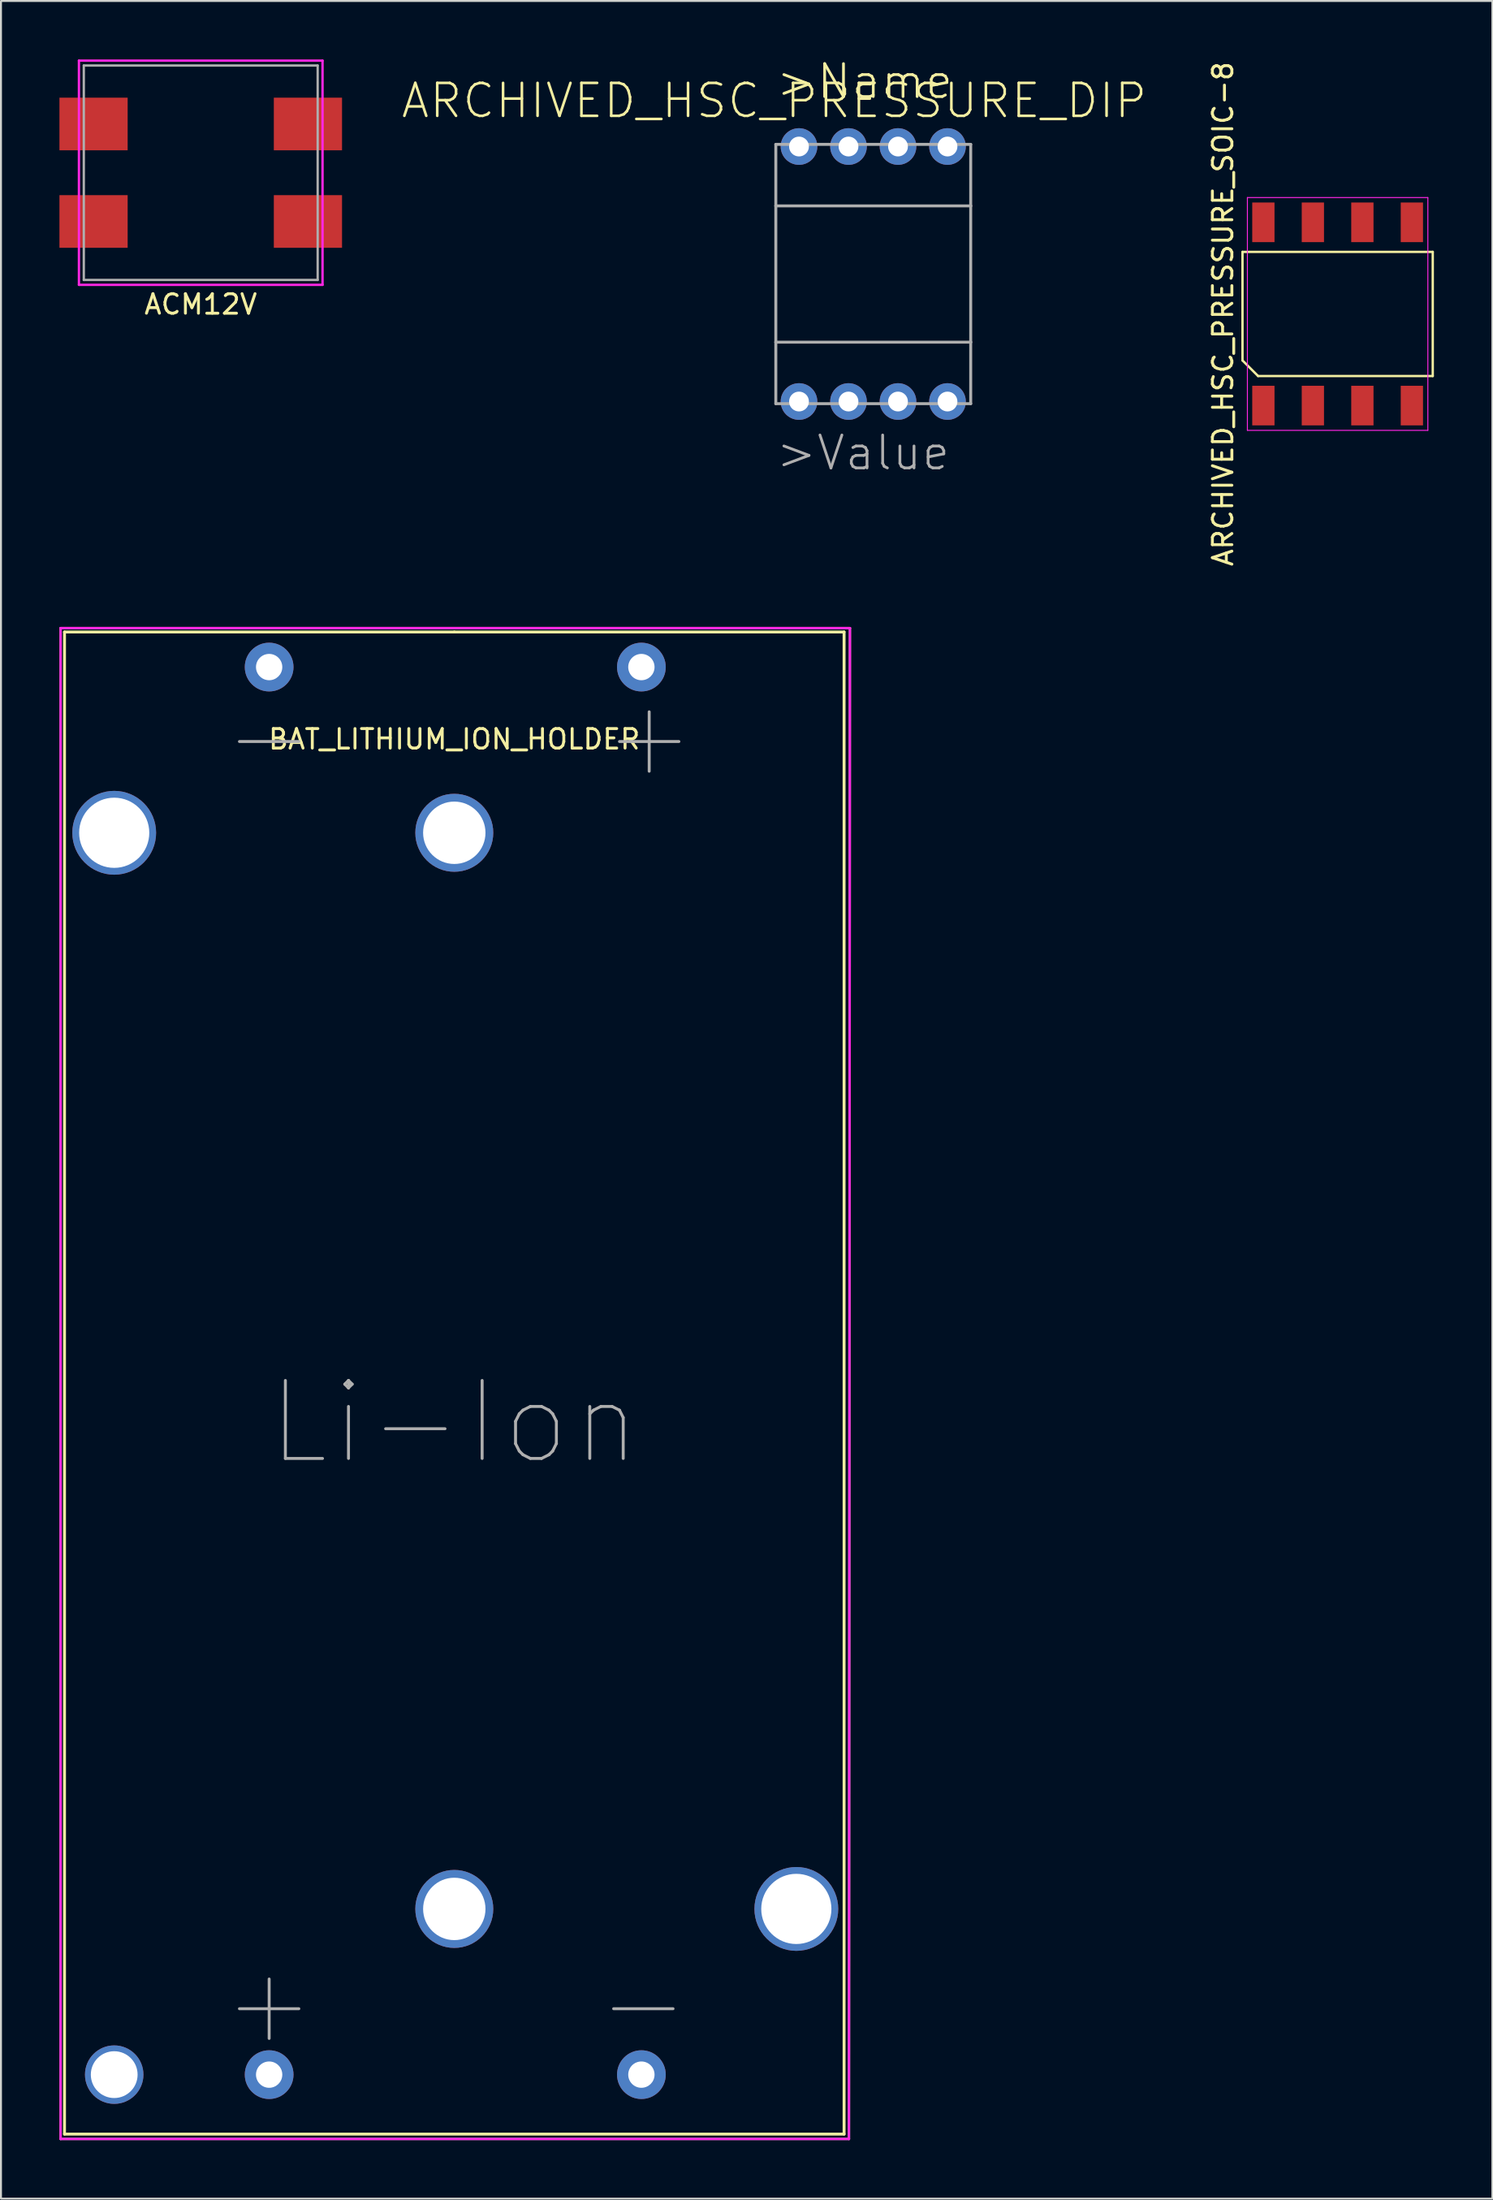
<source format=kicad_pcb>
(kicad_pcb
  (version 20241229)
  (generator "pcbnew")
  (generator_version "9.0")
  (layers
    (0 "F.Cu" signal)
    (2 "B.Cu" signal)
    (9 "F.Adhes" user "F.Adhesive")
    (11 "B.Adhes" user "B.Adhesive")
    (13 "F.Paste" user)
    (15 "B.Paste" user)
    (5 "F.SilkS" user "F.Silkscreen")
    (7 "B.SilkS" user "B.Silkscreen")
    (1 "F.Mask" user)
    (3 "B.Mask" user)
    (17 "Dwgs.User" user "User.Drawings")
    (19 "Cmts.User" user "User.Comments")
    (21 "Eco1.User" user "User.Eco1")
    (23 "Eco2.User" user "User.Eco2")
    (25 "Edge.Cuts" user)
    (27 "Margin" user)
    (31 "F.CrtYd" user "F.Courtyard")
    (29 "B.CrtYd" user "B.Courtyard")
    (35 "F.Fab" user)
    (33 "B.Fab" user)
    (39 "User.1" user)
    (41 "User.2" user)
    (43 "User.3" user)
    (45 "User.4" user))
  (footprint "ARCHIVED_HSC_PRESSURE_DIP"
    (layer "F.Cu")
    (at 41.757 11.006)
    (property "Reference" "ARCHIVED_HSC_PRESSURE_DIP" (at -5.08 -8.89 0) (layer "F.SilkS") (effects (font (size 1.689 1.689) (thickness 0.135))))
    (attr through_hole)
    (fp_line (start -5 -6.65) (end 5 -6.65) (stroke (width 0.152) (type solid)) (layer "F.Fab"))
    (fp_line (start -5 -3.495) (end -5 -6.65) (stroke (width 0.152) (type solid)) (layer "F.Fab"))
    (fp_line (start -5 -3.495) (end 5 -3.495) (stroke (width 0.152) (type solid)) (layer "F.Fab"))
    (fp_line (start -5 3.495) (end -5 -3.495) (stroke (width 0.152) (type solid)) (layer "F.Fab"))
    (fp_line (start -5 6.65) (end -5 3.495) (stroke (width 0.152) (type solid)) (layer "F.Fab"))
    (fp_line (start 5 -6.65) (end 5 -3.495) (stroke (width 0.152) (type solid)) (layer "F.Fab"))
    (fp_line (start 5 -3.495) (end 5 3.495) (stroke (width 0.152) (type solid)) (layer "F.Fab"))
    (fp_line (start 5 3.495) (end -5 3.495) (stroke (width 0.152) (type solid)) (layer "F.Fab"))
    (fp_line (start 5 3.495) (end 5 6.65) (stroke (width 0.152) (type solid)) (layer "F.Fab"))
    (fp_line (start 5 6.65) (end -5 6.65) (stroke (width 0.152) (type solid)) (layer "F.Fab"))
    (fp_text user ">Name" (at -5.08 -8.89 0) (layer "F.SilkS") (effects (font (size 1.689 1.689) (thickness 0.142)) (justify left bottom)))
    (fp_text user "" (at -4.3 -1.4 0) (layer "F.SilkS") (effects (font (size 0.965 0.965) (thickness 0.081)) (justify left bottom)))
    (fp_text user "" (at -4.3 2.1 0) (layer "F.SilkS") (effects (font (size 0.965 0.965) (thickness 0.081)) (justify left bottom)))
    (fp_text user "" (at -4.318 1.27 180) (layer "B.SilkS") (effects (font (size 0.965 0.965) (thickness 0.081)) (justify left bottom mirror)))
    (fp_text user "" (at -4.318 -2.54 180) (layer "B.SilkS") (effects (font (size 0.965 0.965) (thickness 0.081)) (justify left bottom mirror)))
    (fp_text user ">Value" (at -5.08 10.16 0) (layer "F.Fab") (effects (font (size 1.689 1.689) (thickness 0.142)) (justify left bottom)))
    (pad "1" thru_hole circle (at -3.81 6.54) (size 1.88 1.88) (drill 1.016) (layers "*.Cu" "*.Mask"))
    (pad "2" thru_hole circle (at -1.27 6.54) (size 1.88 1.88) (drill 1.016) (layers "*.Cu" "*.Mask"))
    (pad "3" thru_hole circle (at 1.27 6.54) (size 1.88 1.88) (drill 1.016) (layers "*.Cu" "*.Mask"))
    (pad "4" thru_hole circle (at 3.81 6.54) (size 1.88 1.88) (drill 1.016) (layers "*.Cu" "*.Mask"))
    (pad "5" thru_hole circle (at 3.81 -6.54) (size 1.88 1.88) (drill 1.016) (layers "*.Cu" "*.Mask"))
    (pad "6" thru_hole circle (at 1.27 -6.54) (size 1.88 1.88) (drill 1.016) (layers "*.Cu" "*.Mask"))
    (pad "7" thru_hole circle (at -1.27 -6.54) (size 1.88 1.88) (drill 1.016) (layers "*.Cu" "*.Mask"))
    (pad "8" thru_hole circle (at -3.81 -6.54) (size 1.88 1.88) (drill 1.016) (layers "*.Cu" "*.Mask")))
  (footprint "ACM12V"
    (layer "F.Cu")
    (at 7.25 5.81)
    (property "Reference" "ACM12V" (at 0 6.75 0) (layer "F.SilkS") (effects (font (size 1 1) (thickness 0.15))))
    (attr through_hole)
    (fp_line (start -6.25 -5.75) (end 6.25 -5.75) (stroke (width 0.12) (type solid)) (layer "F.CrtYd"))
    (fp_line (start -6.25 5.75) (end -6.25 -5.75) (stroke (width 0.12) (type solid)) (layer "F.CrtYd"))
    (fp_line (start 6.25 -5.75) (end 6.25 5.75) (stroke (width 0.12) (type solid)) (layer "F.CrtYd"))
    (fp_line (start 6.25 5.75) (end -6.25 5.75) (stroke (width 0.12) (type solid)) (layer "F.CrtYd"))
    (fp_line (start -6 -5.5) (end 6 -5.5) (stroke (width 0.12) (type solid)) (layer "F.Fab"))
    (fp_line (start -6 5.5) (end -6 -5.5) (stroke (width 0.12) (type solid)) (layer "F.Fab"))
    (fp_line (start 6 -5.5) (end 6 5.5) (stroke (width 0.12) (type solid)) (layer "F.Fab"))
    (fp_line (start 6 5.5) (end -6 5.5) (stroke (width 0.12) (type solid)) (layer "F.Fab"))
    (pad "1" smd rect (at -5.5 -2.5) (size 3.5 2.7) (layers "F.Cu" "F.Mask" "F.Paste"))
    (pad "2" smd rect (at -5.5 2.5) (size 3.5 2.7) (layers "F.Cu" "F.Mask" "F.Paste"))
    (pad "3" smd rect (at 5.5 2.5) (size 3.5 2.7) (layers "F.Cu" "F.Mask" "F.Paste"))
    (pad "4" smd rect (at 5.5 -2.5) (size 3.5 2.7) (layers "F.Cu" "F.Mask" "F.Paste")))
  (footprint "BAT_LITHIUM_ION_HOLDER"
    (layer "F.Cu")
    (at 20.26 29.367)
    (property "Reference" "BAT_LITHIUM_ION_HOLDER" (at 0 5.5 0) (layer "F.SilkS") (effects (font (size 1 1) (thickness 0.15))))
    (attr through_hole)
    (fp_line (start -20 0) (end -20 77.05) (stroke (width 0.15) (type solid)) (layer "F.SilkS"))
    (fp_line (start -20 77.05) (end 20 77.05) (stroke (width 0.15) (type solid)) (layer "F.SilkS"))
    (fp_line (start 0 0) (end -20 0) (stroke (width 0.15) (type solid)) (layer "F.SilkS"))
    (fp_line (start 20 0) (end 0 0) (stroke (width 0.15) (type solid)) (layer "F.SilkS"))
    (fp_line (start 20 77.05) (end 20 0) (stroke (width 0.15) (type solid)) (layer "F.SilkS"))
    (fp_line (start -20.2 -0.2) (end -20.2 77.3) (stroke (width 0.12) (type solid)) (layer "F.CrtYd"))
    (fp_line (start -20.2 77.3) (end 20.25 77.3) (stroke (width 0.12) (type solid)) (layer "F.CrtYd"))
    (fp_line (start 20.25 77.3) (end 20.3 -0.2) (stroke (width 0.12) (type solid)) (layer "F.CrtYd"))
    (fp_line (start 20.3 -0.2) (end -20.2 -0.2) (stroke (width 0.12) (type solid)) (layer "F.CrtYd"))
    (fp_line (start -20.2 -0.2) (end -20.2 77.3) (stroke (width 0.12) (type solid)) (layer "F.Fab"))
    (fp_line (start -20.2 77.3) (end 20.25 77.3) (stroke (width 0.12) (type solid)) (layer "F.Fab"))
    (fp_line (start 20.25 77.3) (end 20.3 -0.2) (stroke (width 0.12) (type solid)) (layer "F.Fab"))
    (fp_line (start 20.3 -0.2) (end -20.2 -0.2) (stroke (width 0.12) (type solid)) (layer "F.Fab"))
    (fp_text user "Li-Ion" (at 0 40.55 0) (layer "F.Fab") (effects (font (size 4 4) (thickness 0.15))))
    (fp_text user "+" (at -9.5 70.3 0) (layer "F.Fab") (effects (font (size 4 4) (thickness 0.15))))
    (fp_text user "-" (at -9.5 5.3 0) (layer "F.Fab") (effects (font (size 4 4) (thickness 0.15))))
    (fp_text user "-" (at 9.7 70.3 0) (layer "F.Fab") (effects (font (size 4 4) (thickness 0.15))))
    (fp_text user "+" (at 10 5.3 0) (layer "F.Fab") (effects (font (size 4 4) (thickness 0.15))))
    (pad "" np_thru_hole circle (at -17.45 10.3) (size 4.3 4.3) (drill 3.6) (layers "*.Cu" "*.Mask"))
    (pad "" np_thru_hole circle (at -17.45 74) (size 3 3) (drill 2.4) (layers "*.Cu" "*.Mask"))
    (pad "" np_thru_hole circle (at 0 10.3) (size 4 4) (drill 3.2) (layers "*.Cu" "*.Mask"))
    (pad "" np_thru_hole circle (at 0 65.5) (size 4 4) (drill 3.2) (layers "*.Cu" "*.Mask"))
    (pad "" np_thru_hole circle (at 17.55 65.5) (size 4.3 4.3) (drill 3.6) (layers "*.Cu" "*.Mask"))
    (pad "1" thru_hole circle (at -9.5 74) (size 2.5 2.5) (drill 1.35) (layers "*.Cu" "*.Mask"))
    (pad "2" thru_hole circle (at 9.6 74) (size 2.5 2.5) (drill 1.35) (layers "*.Cu" "*.Mask"))
    (pad "3" thru_hole circle (at 9.6 1.8) (size 2.5 2.5) (drill 1.35) (layers "*.Cu" "*.Mask"))
    (pad "4" thru_hole circle (at -9.5 1.8) (size 2.5 2.5) (drill 1.35) (layers "*.Cu" "*.Mask")))
  (footprint "ARCHIVED_HSC_PRESSURE_SOIC-8"
    (layer "F.Cu")
    (at 65.584 13.054)
    (property "Reference" "ARCHIVED_HSC_PRESSURE_SOIC-8" (at -5.881 0 90) (layer "F.SilkS") (effects (font (size 1 1) (thickness 0.15))))
    (attr smd)
    (fp_line (start -4.881 -3.184) (end 4.881 -3.184) (stroke (width 0.12) (type solid)) (layer "F.SilkS"))
    (fp_line (start -4.881 2.384) (end -4.881 -3.184) (stroke (width 0.12) (type solid)) (layer "F.SilkS"))
    (fp_line (start -4.082 3.184) (end -4.881 2.384) (stroke (width 0.12) (type solid)) (layer "F.SilkS"))
    (fp_line (start 4.881 -3.184) (end 4.881 3.184) (stroke (width 0.12) (type solid)) (layer "F.SilkS"))
    (fp_line (start 4.881 3.184) (end -4.082 3.184) (stroke (width 0.12) (type solid)) (layer "F.SilkS"))
    (fp_line (start -4.63 -5.97) (end 4.63 -5.97) (stroke (width 0.05) (type solid)) (layer "F.CrtYd"))
    (fp_line (start -4.63 5.97) (end -4.63 -5.97) (stroke (width 0.05) (type solid)) (layer "F.CrtYd"))
    (fp_line (start 4.63 -5.97) (end 4.63 5.97) (stroke (width 0.05) (type solid)) (layer "F.CrtYd"))
    (fp_line (start 4.63 5.97) (end -4.63 5.97) (stroke (width 0.05) (type solid)) (layer "F.CrtYd"))
    (pad "1" smd rect (at -3.81 4.7) (size 1.143 2.032) (layers "F.Cu" "F.Mask" "F.Paste"))
    (pad "2" smd rect (at -1.27 4.7) (size 1.143 2.032) (layers "F.Cu" "F.Mask" "F.Paste"))
    (pad "3" smd rect (at 1.27 4.7) (size 1.143 2.032) (layers "F.Cu" "F.Mask" "F.Paste"))
    (pad "4" smd rect (at 3.81 4.7) (size 1.143 2.032) (layers "F.Cu" "F.Mask" "F.Paste"))
    (pad "5" smd rect (at 3.81 -4.7) (size 1.143 2.032) (layers "F.Cu" "F.Mask" "F.Paste"))
    (pad "6" smd rect (at 1.27 -4.7) (size 1.143 2.032) (layers "F.Cu" "F.Mask" "F.Paste"))
    (pad "7" smd rect (at -1.27 -4.7) (size 1.143 2.032) (layers "F.Cu" "F.Mask" "F.Paste"))
    (pad "8" smd rect (at -3.81 -4.7) (size 1.143 2.032) (layers "F.Cu" "F.Mask" "F.Paste")))
  (gr_rect
    (start -3 -3)
    (end 73.525 109.727)
    (stroke (width 0.1) (type default))
    (fill no)
    (layer "Edge.Cuts")))
</source>
